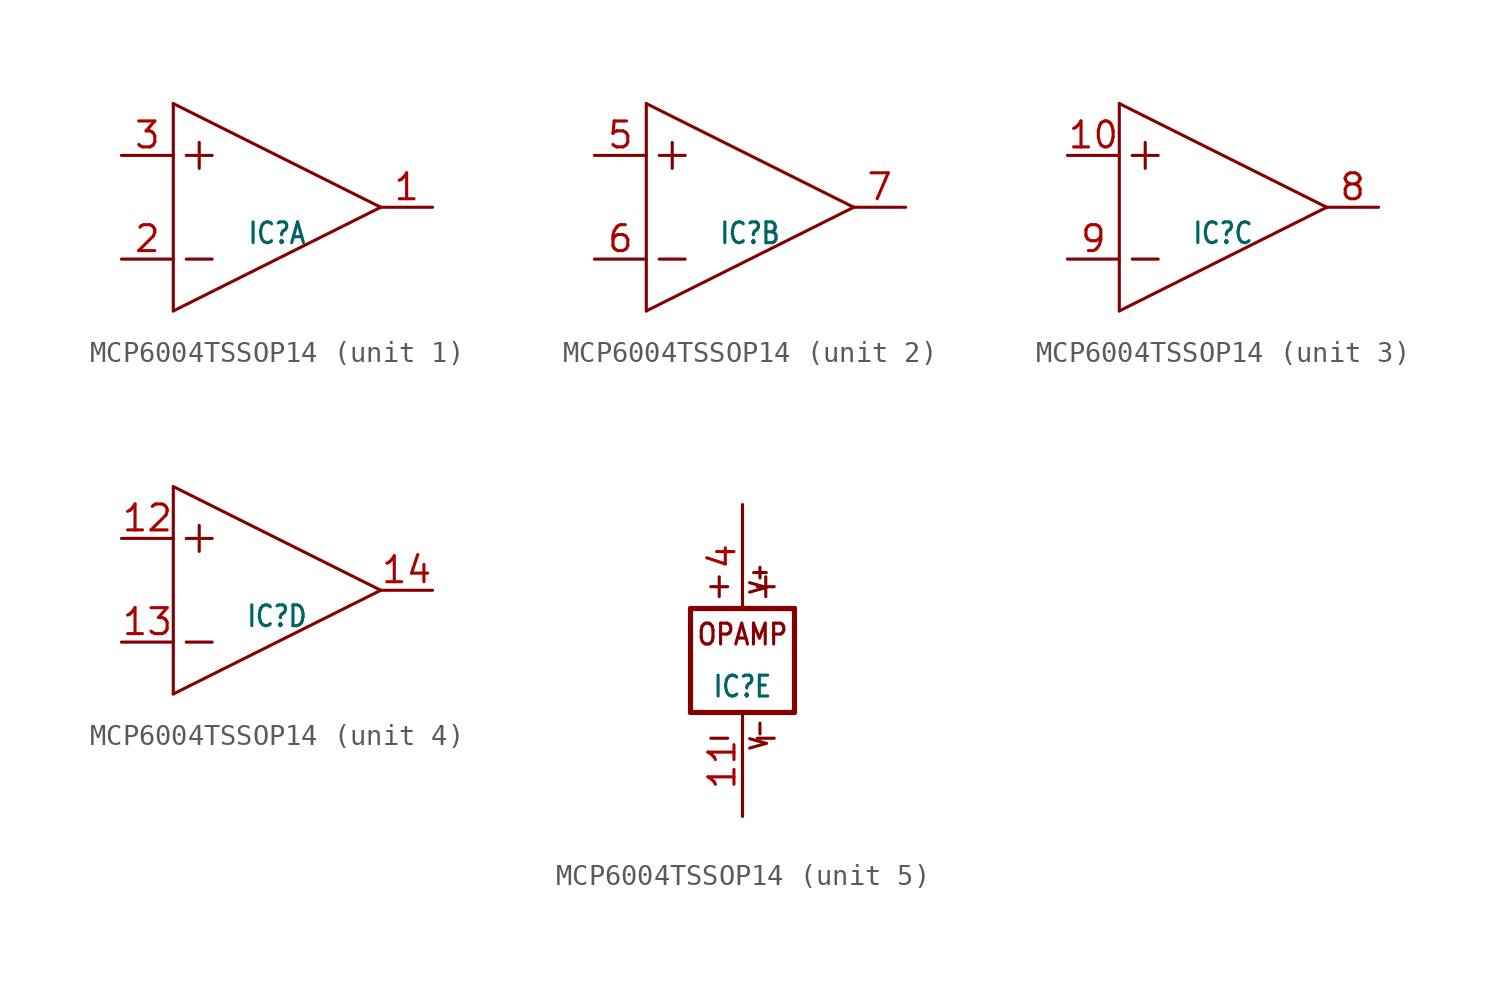
<source format=kicad_sym>
(kicad_symbol_lib
  (version 20211014)
  (generator kicad_symbol_editor)
  (symbol "MCP6004TSSOP14"
    (property "Reference" "IC"
      (at 0 -1.27 0)
      (effects (font (size 1.016 0.864))))
    (property "ki_locked" ""
      (at 0 0 0)
      (effects (font (size 1.27 1.27))))
    (symbol "MCP6004TSSOP14_1_0"
      (polyline (pts (xy -5.08 -5.08) (xy 5.08 0)) (stroke (width 0.152) (type default) (color 0 0 0 0)) (fill (type none)))
      (polyline (pts (xy -5.08 5.08) (xy -5.08 -5.08)) (stroke (width 0.152) (type default) (color 0 0 0 0)) (fill (type none)))
      (polyline (pts (xy -4.445 -2.54) (xy -3.175 -2.54)) (stroke (width 0.152) (type default) (color 0 0 0 0)) (fill (type none)))
      (polyline (pts (xy -4.445 2.54) (xy -3.175 2.54)) (stroke (width 0.152) (type default) (color 0 0 0 0)) (fill (type none)))
      (polyline (pts (xy -3.81 3.175) (xy -3.81 1.905)) (stroke (width 0.152) (type default) (color 0 0 0 0)) (fill (type none)))
      (polyline (pts (xy 5.08 0) (xy -5.08 5.08)) (stroke (width 0.152) (type default) (color 0 0 0 0)) (fill (type none)))
      (pin output line (at 7.62 0 180) (length 2.54) (name "OUT" (effects (font (size 0 0)))) (number "1" (effects (font (size 1.27 1.27)))))
      (pin input line (at -7.62 -2.54 0) (length 2.54) (name "-IN" (effects (font (size 0 0)))) (number "2" (effects (font (size 1.27 1.27)))))
      (pin input line (at -7.62 2.54 0) (length 2.54) (name "+IN" (effects (font (size 0 0)))) (number "3" (effects (font (size 1.27 1.27))))))
    (symbol "MCP6004TSSOP14_2_0"
      (polyline (pts (xy -5.08 -5.08) (xy 5.08 0)) (stroke (width 0.152) (type default) (color 0 0 0 0)) (fill (type none)))
      (polyline (pts (xy -5.08 5.08) (xy -5.08 -5.08)) (stroke (width 0.152) (type default) (color 0 0 0 0)) (fill (type none)))
      (polyline (pts (xy -4.445 -2.54) (xy -3.175 -2.54)) (stroke (width 0.152) (type default) (color 0 0 0 0)) (fill (type none)))
      (polyline (pts (xy -4.445 2.54) (xy -3.175 2.54)) (stroke (width 0.152) (type default) (color 0 0 0 0)) (fill (type none)))
      (polyline (pts (xy -3.81 3.175) (xy -3.81 1.905)) (stroke (width 0.152) (type default) (color 0 0 0 0)) (fill (type none)))
      (polyline (pts (xy 5.08 0) (xy -5.08 5.08)) (stroke (width 0.152) (type default) (color 0 0 0 0)) (fill (type none)))
      (pin input line (at -7.62 2.54 0) (length 2.54) (name "+IN" (effects (font (size 0 0)))) (number "5" (effects (font (size 1.27 1.27)))))
      (pin input line (at -7.62 -2.54 0) (length 2.54) (name "-IN" (effects (font (size 0 0)))) (number "6" (effects (font (size 1.27 1.27)))))
      (pin output line (at 7.62 0 180) (length 2.54) (name "OUT" (effects (font (size 0 0)))) (number "7" (effects (font (size 1.27 1.27))))))
    (symbol "MCP6004TSSOP14_3_0"
      (polyline (pts (xy -5.08 -5.08) (xy 5.08 0)) (stroke (width 0.152) (type default) (color 0 0 0 0)) (fill (type none)))
      (polyline (pts (xy -5.08 5.08) (xy -5.08 -5.08)) (stroke (width 0.152) (type default) (color 0 0 0 0)) (fill (type none)))
      (polyline (pts (xy -4.445 -2.54) (xy -3.175 -2.54)) (stroke (width 0.152) (type default) (color 0 0 0 0)) (fill (type none)))
      (polyline (pts (xy -4.445 2.54) (xy -3.175 2.54)) (stroke (width 0.152) (type default) (color 0 0 0 0)) (fill (type none)))
      (polyline (pts (xy -3.81 3.175) (xy -3.81 1.905)) (stroke (width 0.152) (type default) (color 0 0 0 0)) (fill (type none)))
      (polyline (pts (xy 5.08 0) (xy -5.08 5.08)) (stroke (width 0.152) (type default) (color 0 0 0 0)) (fill (type none)))
      (pin input line (at -7.62 2.54 0) (length 2.54) (name "+IN" (effects (font (size 0 0)))) (number "10" (effects (font (size 1.27 1.27)))))
      (pin output line (at 7.62 0 180) (length 2.54) (name "OUT" (effects (font (size 0 0)))) (number "8" (effects (font (size 1.27 1.27)))))
      (pin input line (at -7.62 -2.54 0) (length 2.54) (name "-IN" (effects (font (size 0 0)))) (number "9" (effects (font (size 1.27 1.27))))))
    (symbol "MCP6004TSSOP14_4_0"
      (polyline (pts (xy -5.08 -5.08) (xy 5.08 0)) (stroke (width 0.152) (type default) (color 0 0 0 0)) (fill (type none)))
      (polyline (pts (xy -5.08 5.08) (xy -5.08 -5.08)) (stroke (width 0.152) (type default) (color 0 0 0 0)) (fill (type none)))
      (polyline (pts (xy -4.445 -2.54) (xy -3.175 -2.54)) (stroke (width 0.152) (type default) (color 0 0 0 0)) (fill (type none)))
      (polyline (pts (xy -4.445 2.54) (xy -3.175 2.54)) (stroke (width 0.152) (type default) (color 0 0 0 0)) (fill (type none)))
      (polyline (pts (xy -3.81 3.175) (xy -3.81 1.905)) (stroke (width 0.152) (type default) (color 0 0 0 0)) (fill (type none)))
      (polyline (pts (xy 5.08 0) (xy -5.08 5.08)) (stroke (width 0.152) (type default) (color 0 0 0 0)) (fill (type none)))
      (pin input line (at -7.62 2.54 0) (length 2.54) (name "+IN" (effects (font (size 0 0)))) (number "12" (effects (font (size 1.27 1.27)))))
      (pin input line (at -7.62 -2.54 0) (length 2.54) (name "-IN" (effects (font (size 0 0)))) (number "13" (effects (font (size 1.27 1.27)))))
      (pin output line (at 7.62 0 180) (length 2.54) (name "OUT" (effects (font (size 0 0)))) (number "14" (effects (font (size 1.27 1.27))))))
    (symbol "MCP6004TSSOP14_5_0"
      (polyline (pts (xy -2.54 -2.54) (xy -2.54 2.54)) (stroke (width 0.254) (type default) (color 0 0 0 0)) (fill (type none)))
      (polyline (pts (xy -2.54 2.54) (xy 2.54 2.54)) (stroke (width 0.254) (type default) (color 0 0 0 0)) (fill (type none)))
      (polyline (pts (xy 2.54 -2.54) (xy -2.54 -2.54)) (stroke (width 0.254) (type default) (color 0 0 0 0)) (fill (type none)))
      (polyline (pts (xy 2.54 2.54) (xy 2.54 -2.54)) (stroke (width 0.254) (type default) (color 0 0 0 0)) (fill (type none)))
      (text "+" (at -1.905 4.445 0) (effects (font (size 1.27 1.079)) (justify left top)))
      (text "+" (at 1.905 4.445 0) (effects (font (size 1.27 1.079)) (justify right top)))
      (text "-" (at -1.905 -4.445 0) (effects (font (size 1.27 1.079)) (justify left bottom)))
      (text "-" (at 1.905 -4.445 0) (effects (font (size 1.27 1.079)) (justify right bottom)))
      (text "OPAMP" (at 0 1.27 0) (effects (font (size 1.016 0.864))))
      (text "V+" (at 1.27 3.175 900) (effects (font (size 0.813 0.691)) (justify left bottom)))
      (text "V-" (at 1.27 -4.445 900) (effects (font (size 0.813 0.691)) (justify left bottom)))
      (pin power_in line (at 0 -7.62 90) (length 5.08) (name "V-" (effects (font (size 0 0)))) (number "11" (effects (font (size 1.27 1.27)))))
      (pin power_in line (at 0 7.62 270) (length 5.08) (name "V+" (effects (font (size 0 0)))) (number "4" (effects (font (size 1.27 1.27))))))))
</source>
